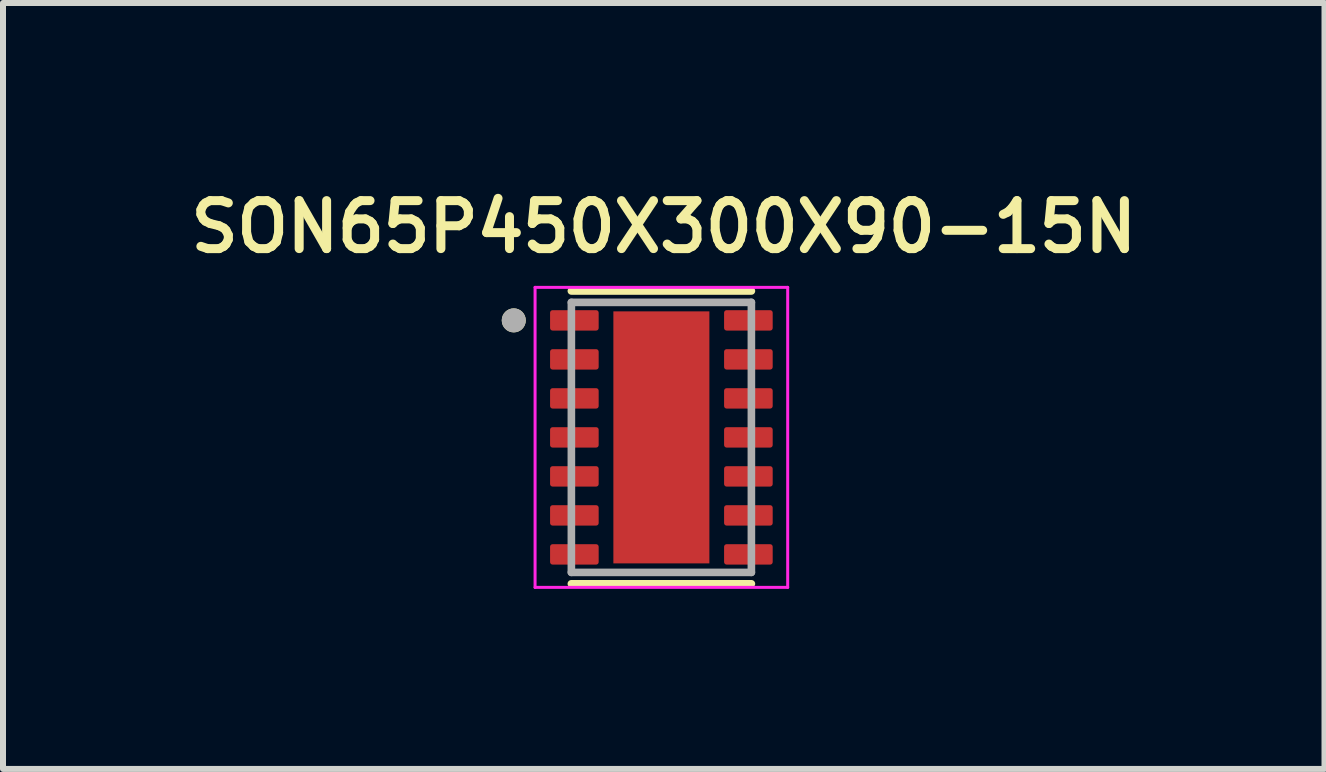
<source format=kicad_pcb>
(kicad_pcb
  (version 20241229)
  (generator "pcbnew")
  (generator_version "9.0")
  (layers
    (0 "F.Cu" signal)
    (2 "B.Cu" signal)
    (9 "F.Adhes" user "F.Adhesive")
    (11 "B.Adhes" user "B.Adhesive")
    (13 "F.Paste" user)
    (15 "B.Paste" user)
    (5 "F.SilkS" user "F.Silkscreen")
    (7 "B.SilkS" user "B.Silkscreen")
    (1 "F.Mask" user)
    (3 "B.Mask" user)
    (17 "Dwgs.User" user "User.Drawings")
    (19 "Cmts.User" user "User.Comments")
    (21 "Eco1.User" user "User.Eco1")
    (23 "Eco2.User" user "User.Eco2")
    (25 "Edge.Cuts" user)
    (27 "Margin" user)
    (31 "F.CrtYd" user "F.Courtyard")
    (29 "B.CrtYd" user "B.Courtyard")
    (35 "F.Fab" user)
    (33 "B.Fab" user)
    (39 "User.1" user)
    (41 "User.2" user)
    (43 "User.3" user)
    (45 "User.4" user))
  (footprint "SON65P450X300X90-15N"
    (layer "F.Cu")
    (at 7.972 4.239)
    (property "Reference" "SON65P450X300X90-15N" (at 0.04 -3.508 0) (layer "F.SilkS") (effects (font (size 0.8 0.8) (thickness 0.15))))
    (attr smd)
    (fp_line (start -1.5 -2.44) (end 1.5 -2.44) (stroke (width 0.127) (type solid)) (layer "F.SilkS"))
    (fp_line (start -1.5 2.44) (end 1.5 2.44) (stroke (width 0.127) (type solid)) (layer "F.SilkS"))
    (fp_circle (center -2.46 -1.95) (end -2.36 -1.95) (stroke (width 0.2) (type solid)) (fill no) (layer "F.SilkS"))
    (fp_poly (pts (xy -0.475 -1.88) (xy 0.475 -1.88) (xy 0.475 -0.11) (xy -0.475 -0.11)) (stroke (width 0.01) (type solid)) (fill yes) (layer "F.Paste"))
    (fp_poly (pts (xy -0.475 0.11) (xy 0.475 0.11) (xy 0.475 1.88) (xy -0.475 1.88)) (stroke (width 0.01) (type solid)) (fill yes) (layer "F.Paste"))
    (fp_line (start -2.105 -2.5) (end -2.105 2.5) (stroke (width 0.05) (type solid)) (layer "F.CrtYd"))
    (fp_line (start -2.105 -2.5) (end 2.105 -2.5) (stroke (width 0.05) (type solid)) (layer "F.CrtYd"))
    (fp_line (start -2.105 2.5) (end 2.105 2.5) (stroke (width 0.05) (type solid)) (layer "F.CrtYd"))
    (fp_line (start 2.105 -2.5) (end 2.105 2.5) (stroke (width 0.05) (type solid)) (layer "F.CrtYd"))
    (fp_line (start -1.5 -2.25) (end -1.5 2.25) (stroke (width 0.127) (type solid)) (layer "F.Fab"))
    (fp_line (start -1.5 -2.25) (end 1.5 -2.25) (stroke (width 0.127) (type solid)) (layer "F.Fab"))
    (fp_line (start -1.5 2.25) (end 1.5 2.25) (stroke (width 0.127) (type solid)) (layer "F.Fab"))
    (fp_line (start 1.5 -2.25) (end 1.5 2.25) (stroke (width 0.127) (type solid)) (layer "F.Fab"))
    (fp_circle (center -2.46 -1.95) (end -2.36 -1.95) (stroke (width 0.2) (type solid)) (fill no) (layer "F.Fab"))
    (pad "1" smd roundrect (at -1.45 -1.95) (size 0.81 0.34) (layers "F.Cu" "F.Mask" "F.Paste") (roundrect_rratio 0.125))
    (pad "2" smd roundrect (at -1.45 -1.3) (size 0.81 0.34) (layers "F.Cu" "F.Mask" "F.Paste") (roundrect_rratio 0.125))
    (pad "3" smd roundrect (at -1.45 -0.65) (size 0.81 0.34) (layers "F.Cu" "F.Mask" "F.Paste") (roundrect_rratio 0.125))
    (pad "4" smd roundrect (at -1.45 0) (size 0.81 0.34) (layers "F.Cu" "F.Mask" "F.Paste") (roundrect_rratio 0.125))
    (pad "5" smd roundrect (at -1.45 0.65) (size 0.81 0.34) (layers "F.Cu" "F.Mask" "F.Paste") (roundrect_rratio 0.125))
    (pad "6" smd roundrect (at -1.45 1.3) (size 0.81 0.34) (layers "F.Cu" "F.Mask" "F.Paste") (roundrect_rratio 0.125))
    (pad "7" smd roundrect (at -1.45 1.95) (size 0.81 0.34) (layers "F.Cu" "F.Mask" "F.Paste") (roundrect_rratio 0.125))
    (pad "8" smd roundrect (at 1.45 1.95) (size 0.81 0.34) (layers "F.Cu" "F.Mask" "F.Paste") (roundrect_rratio 0.125))
    (pad "9" smd roundrect (at 1.45 1.3) (size 0.81 0.34) (layers "F.Cu" "F.Mask" "F.Paste") (roundrect_rratio 0.125))
    (pad "10" smd roundrect (at 1.45 0.65) (size 0.81 0.34) (layers "F.Cu" "F.Mask" "F.Paste") (roundrect_rratio 0.125))
    (pad "11" smd roundrect (at 1.45 0) (size 0.81 0.34) (layers "F.Cu" "F.Mask" "F.Paste") (roundrect_rratio 0.125))
    (pad "12" smd roundrect (at 1.45 -0.65) (size 0.81 0.34) (layers "F.Cu" "F.Mask" "F.Paste") (roundrect_rratio 0.125))
    (pad "13" smd roundrect (at 1.45 -1.3) (size 0.81 0.34) (layers "F.Cu" "F.Mask" "F.Paste") (roundrect_rratio 0.125))
    (pad "14" smd roundrect (at 1.45 -1.95) (size 0.81 0.34) (layers "F.Cu" "F.Mask" "F.Paste") (roundrect_rratio 0.125))
    (pad "15" smd rect (at 0 0) (size 1.6 4.2) (layers "F.Cu" "F.Mask")))
  (gr_rect
    (start -3 -3)
    (end 19.023 9.764)
    (stroke (width 0.1) (type default))
    (fill no)
    (layer "Edge.Cuts")))
</source>
